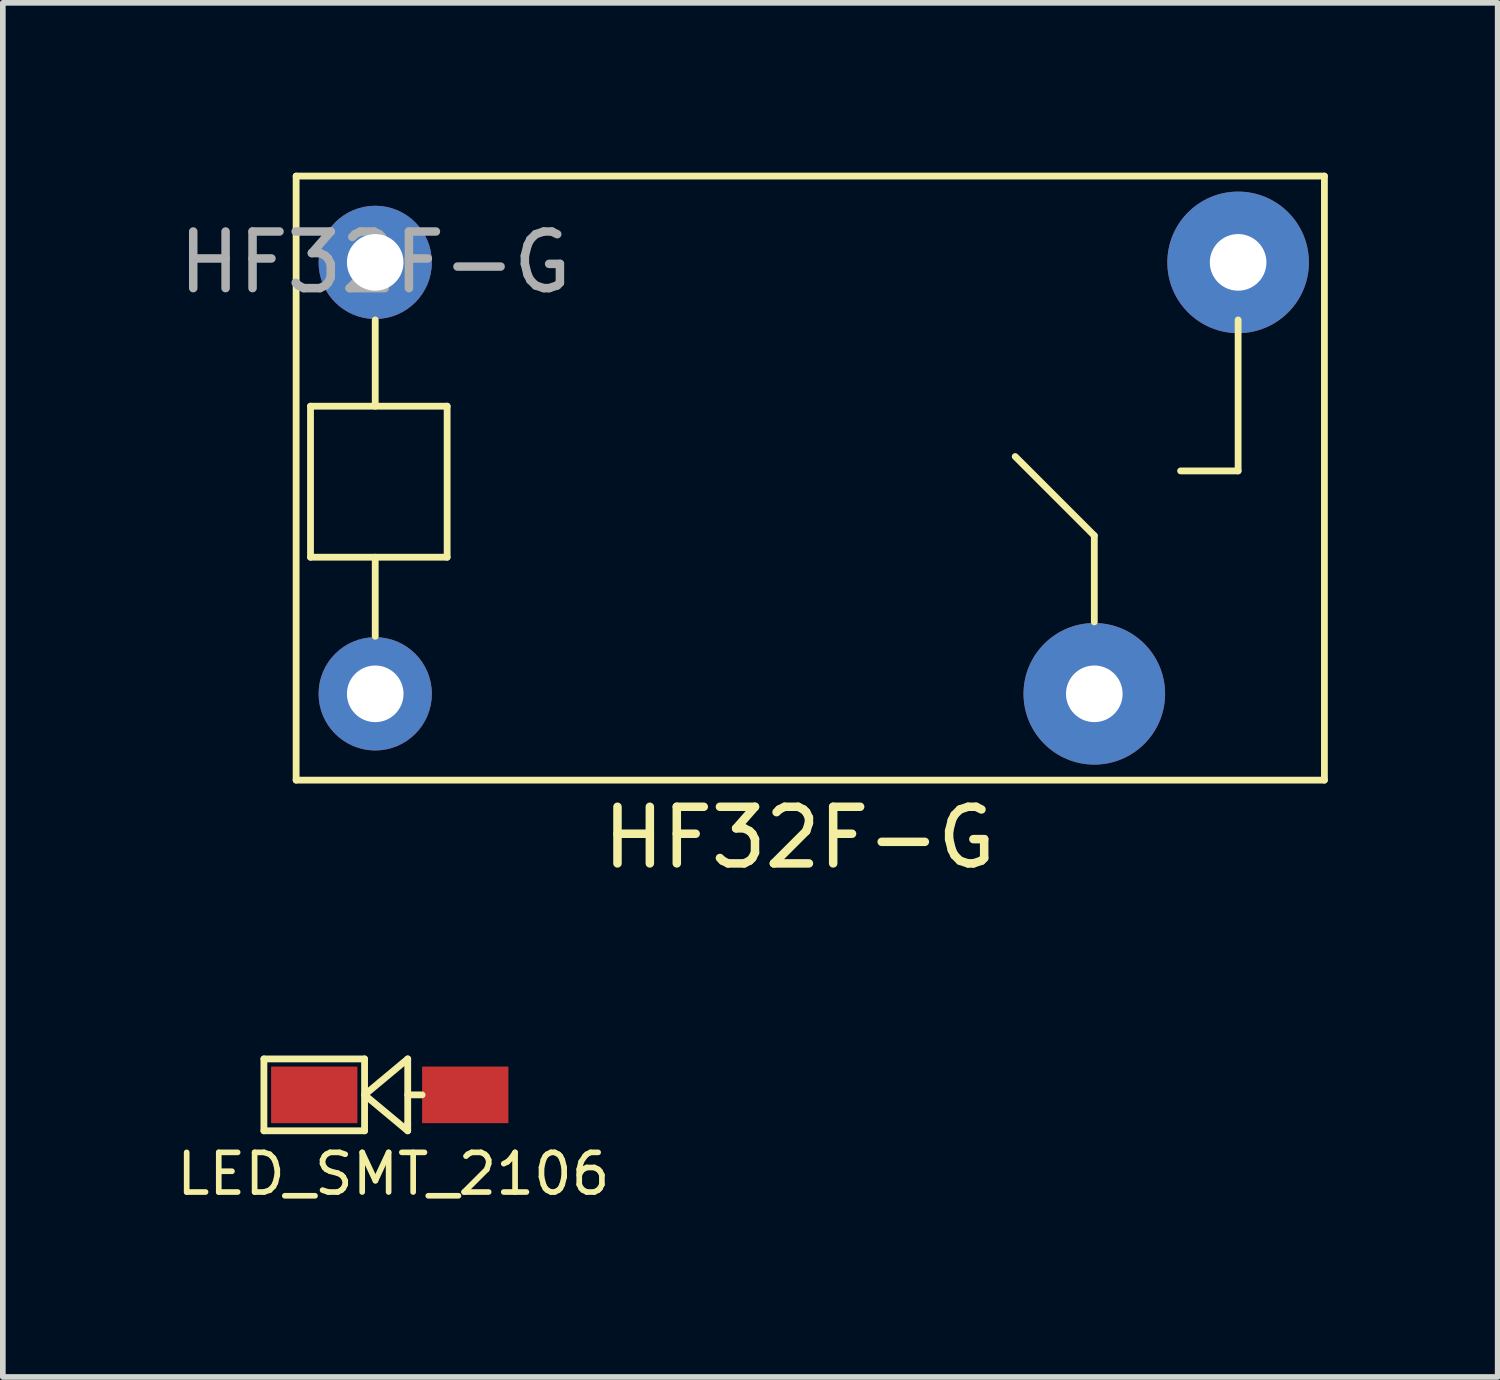
<source format=kicad_pcb>
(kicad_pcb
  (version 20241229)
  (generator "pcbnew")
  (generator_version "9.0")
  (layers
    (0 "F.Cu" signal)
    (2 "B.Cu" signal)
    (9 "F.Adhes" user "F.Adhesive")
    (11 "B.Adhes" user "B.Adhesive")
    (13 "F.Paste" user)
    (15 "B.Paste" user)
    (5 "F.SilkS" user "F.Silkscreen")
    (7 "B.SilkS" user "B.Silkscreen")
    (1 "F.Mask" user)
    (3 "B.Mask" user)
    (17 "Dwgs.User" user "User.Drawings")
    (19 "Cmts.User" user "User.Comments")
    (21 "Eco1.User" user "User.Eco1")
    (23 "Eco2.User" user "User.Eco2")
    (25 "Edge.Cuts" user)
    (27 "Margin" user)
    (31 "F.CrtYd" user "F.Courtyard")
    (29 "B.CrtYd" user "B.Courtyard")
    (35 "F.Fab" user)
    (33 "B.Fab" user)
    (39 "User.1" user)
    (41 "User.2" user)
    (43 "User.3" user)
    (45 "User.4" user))
  (footprint "HF32F-G"
    (layer "F.Cu")
    (at 3.577 1.584)
    (property "Reference" "HF32F-G" (at 7.493 10.16 0) (layer "F.SilkS") (effects (font (size 1 1) (thickness 0.15))))
    (attr through_hole)
    (fp_line (start -1.397 -1.524) (end 16.764 -1.524) (stroke (width 0.12) (type solid)) (layer "F.SilkS"))
    (fp_line (start -1.397 9.144) (end -1.397 -1.524) (stroke (width 0.12) (type solid)) (layer "F.SilkS"))
    (fp_line (start -1.143 2.54) (end 1.27 2.54) (stroke (width 0.12) (type solid)) (layer "F.SilkS"))
    (fp_line (start -1.143 5.207) (end -1.143 2.54) (stroke (width 0.12) (type solid)) (layer "F.SilkS"))
    (fp_line (start 0 2.54) (end 0 1.016) (stroke (width 0.12) (type solid)) (layer "F.SilkS"))
    (fp_line (start 0 5.207) (end 0 6.604) (stroke (width 0.12) (type solid)) (layer "F.SilkS"))
    (fp_line (start 1.27 2.54) (end 1.27 5.207) (stroke (width 0.12) (type solid)) (layer "F.SilkS"))
    (fp_line (start 1.27 5.207) (end -1.143 5.207) (stroke (width 0.12) (type solid)) (layer "F.SilkS"))
    (fp_line (start 11.303 3.429) (end 12.7 4.826) (stroke (width 0.12) (type solid)) (layer "F.SilkS"))
    (fp_line (start 12.7 4.826) (end 12.7 6.35) (stroke (width 0.12) (type solid)) (layer "F.SilkS"))
    (fp_line (start 14.224 3.683) (end 15.24 3.683) (stroke (width 0.12) (type solid)) (layer "F.SilkS"))
    (fp_line (start 15.24 1.016) (end 15.24 3.683) (stroke (width 0.12) (type solid)) (layer "F.SilkS"))
    (fp_line (start 16.764 -1.524) (end 16.764 9.144) (stroke (width 0.12) (type solid)) (layer "F.SilkS"))
    (fp_line (start 16.764 9.144) (end -1.397 9.144) (stroke (width 0.12) (type solid)) (layer "F.SilkS"))
    (fp_text user "${REFERENCE}" (at 0 0 0) (layer "F.Fab") (effects (font (size 1 1) (thickness 0.15))))
    (pad "1" thru_hole circle (at 0 0) (size 2 2) (drill 1) (layers "*.Cu" "*.Mask"))
    (pad "2" thru_hole circle (at 0 7.62) (size 2 2) (drill 1) (layers "*.Cu" "*.Mask"))
    (pad "3" thru_hole circle (at 12.7 7.62) (size 2.5 2.5) (drill 1) (layers "*.Cu" "*.Mask"))
    (pad "4" thru_hole circle (at 15.24 0) (size 2.5 2.5) (drill 1) (layers "*.Cu" "*.Mask")))
  (footprint "LED_SMT_2106"
    (layer "F.Cu")
    (at 3.897 16.287)
    (property "Reference" "LED_SMT_2106" (at 0 1.397 0) (layer "F.SilkS") (effects (font (size 0.7 0.7) (thickness 0.1))))
    (attr through_hole)
    (fp_line (start -2.286 -0.635) (end -0.508 -0.635) (stroke (width 0.12) (type solid)) (layer "F.SilkS"))
    (fp_line (start -2.286 0.635) (end -2.286 -0.635) (stroke (width 0.12) (type solid)) (layer "F.SilkS"))
    (fp_line (start -0.508 -0.635) (end -0.508 0.635) (stroke (width 0.12) (type solid)) (layer "F.SilkS"))
    (fp_line (start -0.508 0) (end 0.254 -0.635) (stroke (width 0.12) (type solid)) (layer "F.SilkS"))
    (fp_line (start -0.508 0.635) (end -2.286 0.635) (stroke (width 0.12) (type solid)) (layer "F.SilkS"))
    (fp_line (start 0.254 -0.635) (end 0.254 0.508) (stroke (width 0.12) (type solid)) (layer "F.SilkS"))
    (fp_line (start 0.254 0) (end 0.508 0) (stroke (width 0.12) (type solid)) (layer "F.SilkS"))
    (fp_line (start 0.254 0.508) (end 0.254 0.635) (stroke (width 0.12) (type solid)) (layer "F.SilkS"))
    (fp_line (start 0.254 0.635) (end -0.508 0) (stroke (width 0.12) (type solid)) (layer "F.SilkS"))
    (pad "1" smd rect (at -1.397 0) (size 1.524 1) (layers "F.Cu" "F.Mask" "F.Paste"))
    (pad "2" smd rect (at 1.27 0) (size 1.524 1) (layers "F.Cu" "F.Mask" "F.Paste")))
  (gr_rect
    (start -3 -3)
    (end 23.401 21.269)
    (stroke (width 0.1) (type default))
    (fill no)
    (layer "Edge.Cuts")))
</source>
